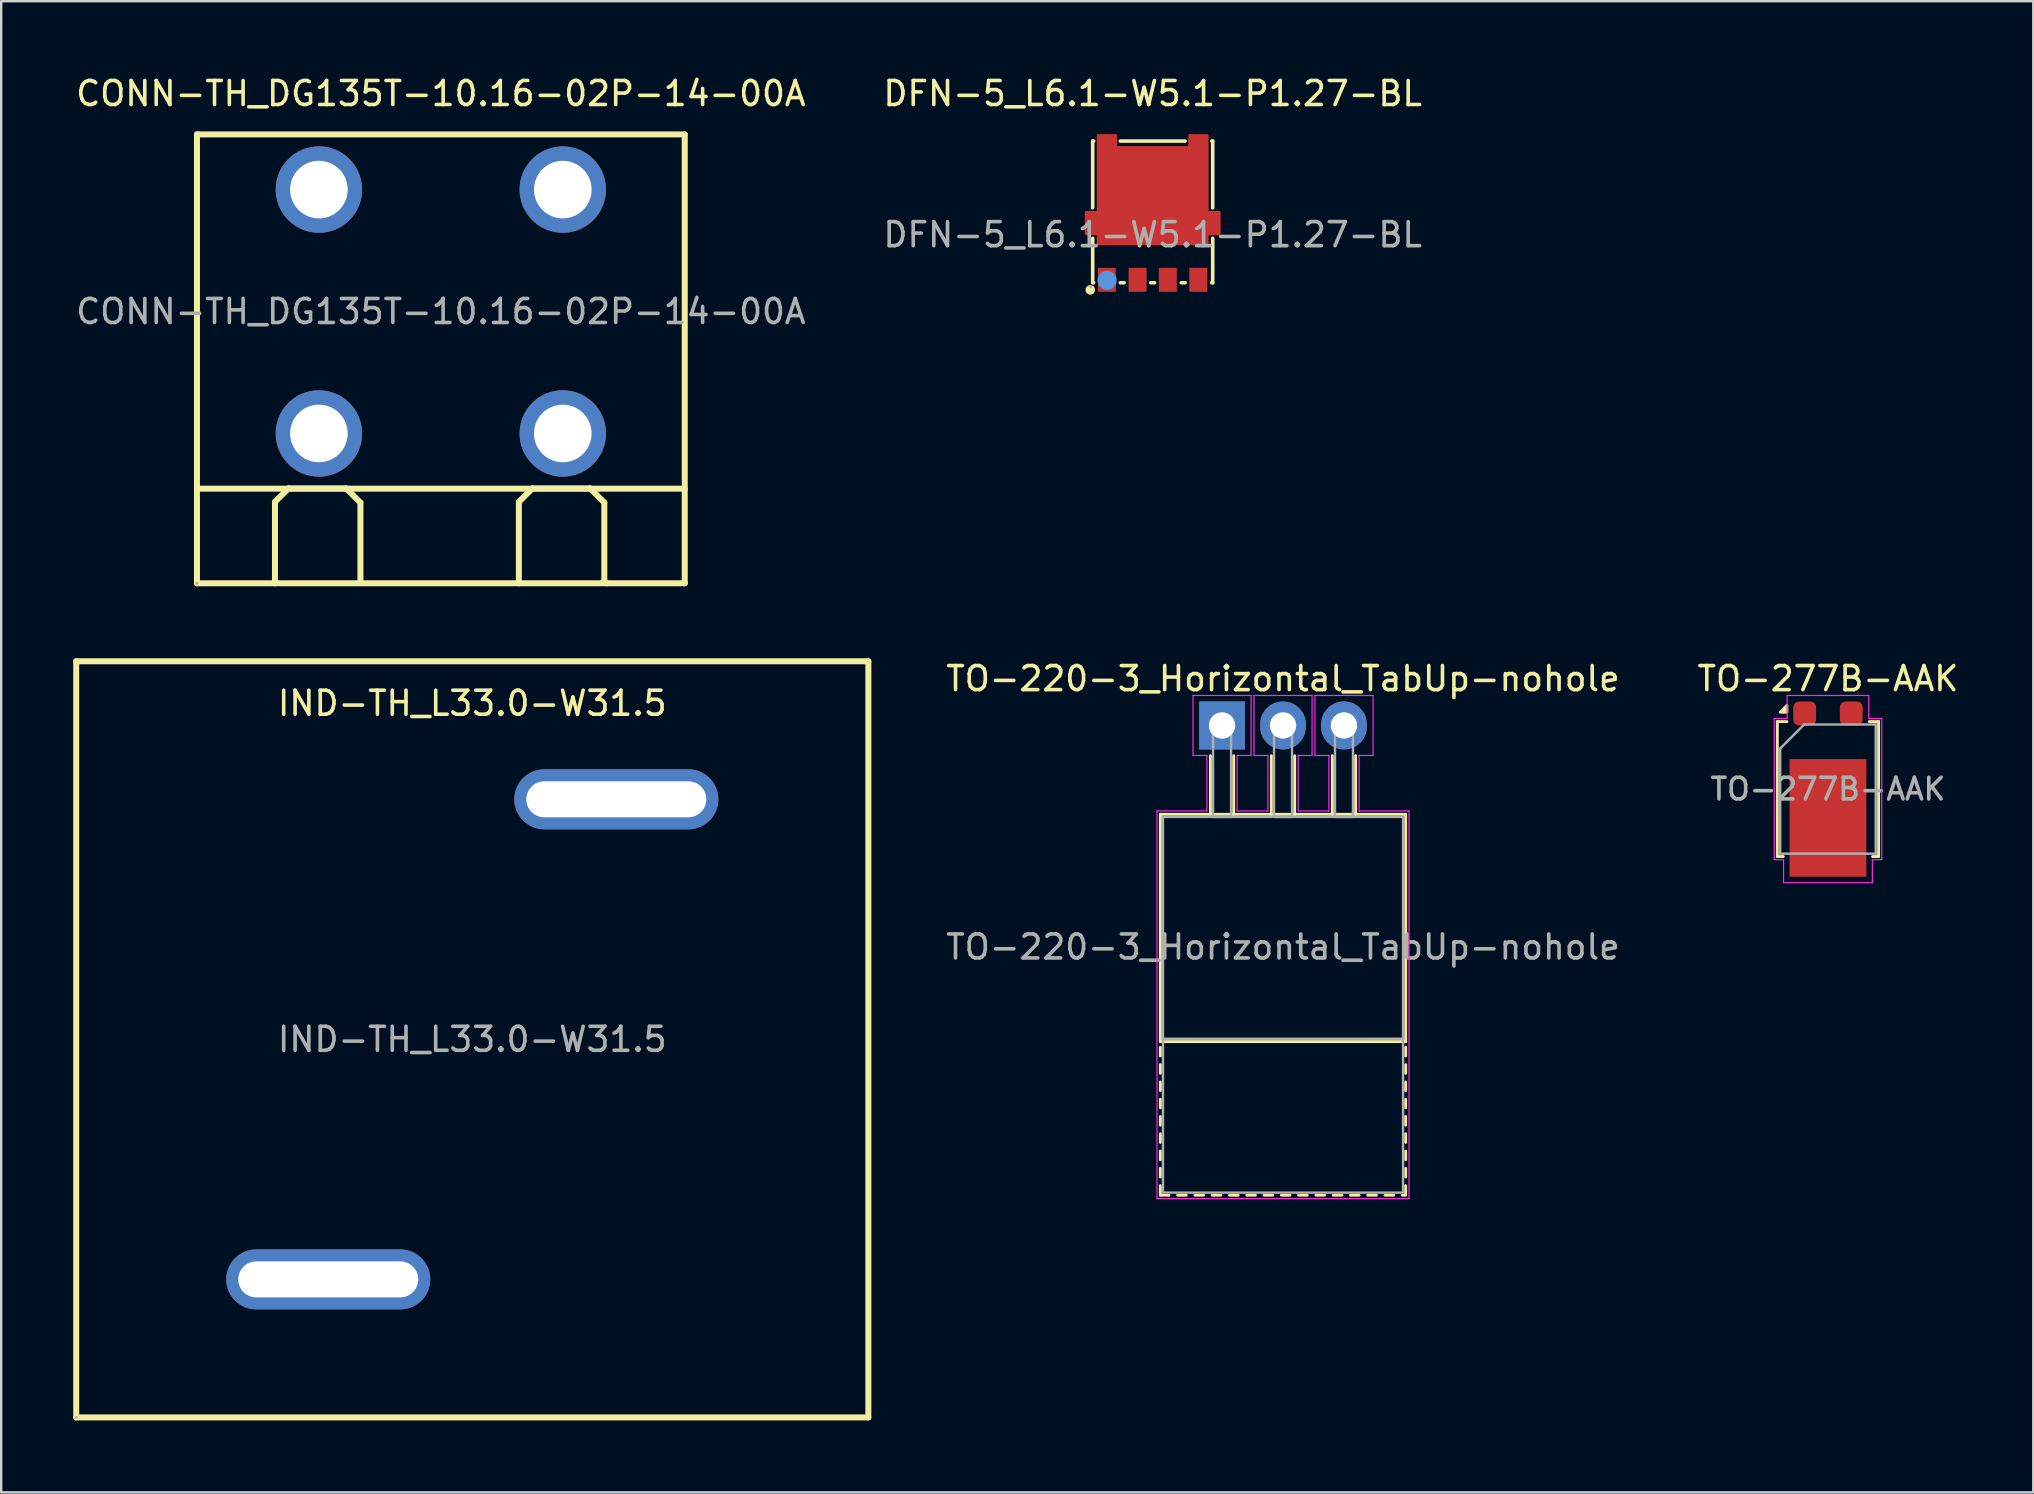
<source format=kicad_pcb>
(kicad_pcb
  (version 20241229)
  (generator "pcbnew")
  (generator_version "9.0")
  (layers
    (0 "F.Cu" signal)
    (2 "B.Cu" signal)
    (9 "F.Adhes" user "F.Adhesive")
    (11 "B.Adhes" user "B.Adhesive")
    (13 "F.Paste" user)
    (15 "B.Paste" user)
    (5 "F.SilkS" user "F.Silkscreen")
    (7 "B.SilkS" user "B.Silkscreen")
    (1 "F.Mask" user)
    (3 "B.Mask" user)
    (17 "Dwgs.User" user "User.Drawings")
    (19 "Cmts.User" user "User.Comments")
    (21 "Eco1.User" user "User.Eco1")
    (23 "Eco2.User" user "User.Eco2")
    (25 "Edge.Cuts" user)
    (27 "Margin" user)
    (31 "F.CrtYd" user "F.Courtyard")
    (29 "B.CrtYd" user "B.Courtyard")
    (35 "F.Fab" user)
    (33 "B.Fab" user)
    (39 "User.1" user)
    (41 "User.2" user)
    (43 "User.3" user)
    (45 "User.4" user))
  (footprint "IND-TH_L33.0-W31.5"
    (layer "F.Cu")
    (at 16.625 40.248)
    (property "Reference" "IND-TH_L33.0-W31.5" (at 0 -14 0) (layer "F.SilkS") (effects (font (size 1 1) (thickness 0.15))))
    (attr through_hole)
    (fp_line (start -16.5 -15.75) (end 16.5 -15.75) (stroke (width 0.25) (type solid)) (layer "F.SilkS"))
    (fp_line (start -16.5 15.75) (end -16.5 -15.75) (stroke (width 0.25) (type solid)) (layer "F.SilkS"))
    (fp_line (start 16.5 -15.75) (end 16.5 15.75) (stroke (width 0.25) (type solid)) (layer "F.SilkS"))
    (fp_line (start 16.5 15.75) (end -16.5 15.75) (stroke (width 0.25) (type solid)) (layer "F.SilkS"))
    (fp_circle (center -16.5 15.75) (end -16.47 15.75) (stroke (width 0.06) (type solid)) (fill no) (layer "F.Fab"))
    (fp_text user "${REFERENCE}" (at 0 0 0) (layer "F.Fab") (effects (font (size 1 1) (thickness 0.15))))
    (pad "1" thru_hole oval (at -6 10) (size 8.5 2.5) (drill oval 7.5 1.5) (layers "*.Cu" "*.Mask"))
    (pad "2" thru_hole oval (at 6 -10) (size 8.5 2.5) (drill oval 7.5 1.5) (layers "*.Cu" "*.Mask")))
  (footprint "TO-220-3_Horizontal_TabUp-nohole"
    (layer "F.Cu")
    (at 47.859 27.172)
    (property "Reference" "TO-220-3_Horizontal_TabUp-nohole" (at 2.54 -1.95 0) (layer "F.SilkS") (effects (font (size 1 1) (thickness 0.15))))
    (attr through_hole)
    (fp_line (start -2.57 3.7) (end -2.57 13.17) (stroke (width 0.12) (type solid)) (layer "F.SilkS"))
    (fp_line (start -2.57 3.7) (end 7.65 3.7) (stroke (width 0.12) (type solid)) (layer "F.SilkS"))
    (fp_line (start -2.57 13.17) (end 7.65 13.17) (stroke (width 0.12) (type solid)) (layer "F.SilkS"))
    (fp_line (start -2.57 13.41) (end -2.57 13.77) (stroke (width 0.12) (type solid)) (layer "F.SilkS"))
    (fp_line (start -2.57 14.13) (end -2.57 14.49) (stroke (width 0.12) (type solid)) (layer "F.SilkS"))
    (fp_line (start -2.57 14.85) (end -2.57 15.21) (stroke (width 0.12) (type solid)) (layer "F.SilkS"))
    (fp_line (start -2.57 15.57) (end -2.57 15.93) (stroke (width 0.12) (type solid)) (layer "F.SilkS"))
    (fp_line (start -2.57 16.29) (end -2.57 16.65) (stroke (width 0.12) (type solid)) (layer "F.SilkS"))
    (fp_line (start -2.57 17.01) (end -2.57 17.37) (stroke (width 0.12) (type solid)) (layer "F.SilkS"))
    (fp_line (start -2.57 17.73) (end -2.57 18.09) (stroke (width 0.12) (type solid)) (layer "F.SilkS"))
    (fp_line (start -2.57 18.45) (end -2.57 18.81) (stroke (width 0.12) (type solid)) (layer "F.SilkS"))
    (fp_line (start -2.57 19.17) (end -2.57 19.53) (stroke (width 0.12) (type solid)) (layer "F.SilkS"))
    (fp_line (start -2.57 19.57) (end -2.21 19.57) (stroke (width 0.12) (type solid)) (layer "F.SilkS"))
    (fp_line (start -1.85 19.57) (end -1.49 19.57) (stroke (width 0.12) (type solid)) (layer "F.SilkS"))
    (fp_line (start -1.13 19.57) (end -0.77 19.57) (stroke (width 0.12) (type solid)) (layer "F.SilkS"))
    (fp_line (start -0.485 3.7) (end -0.485 1.26) (stroke (width 0.12) (type solid)) (layer "F.SilkS"))
    (fp_line (start -0.41 19.57) (end -0.05 19.57) (stroke (width 0.12) (type solid)) (layer "F.SilkS"))
    (fp_line (start 0.31 19.57) (end 0.67 19.57) (stroke (width 0.12) (type solid)) (layer "F.SilkS"))
    (fp_line (start 0.485 3.7) (end 0.485 1.26) (stroke (width 0.12) (type solid)) (layer "F.SilkS"))
    (fp_line (start 1.03 19.57) (end 1.39 19.57) (stroke (width 0.12) (type solid)) (layer "F.SilkS"))
    (fp_line (start 1.75 19.57) (end 2.11 19.57) (stroke (width 0.12) (type solid)) (layer "F.SilkS"))
    (fp_line (start 2.055 3.7) (end 2.055 1.26) (stroke (width 0.12) (type solid)) (layer "F.SilkS"))
    (fp_line (start 2.47 19.57) (end 2.83 19.57) (stroke (width 0.12) (type solid)) (layer "F.SilkS"))
    (fp_line (start 3.025 3.7) (end 3.025 1.26) (stroke (width 0.12) (type solid)) (layer "F.SilkS"))
    (fp_line (start 3.19 19.57) (end 3.55 19.57) (stroke (width 0.12) (type solid)) (layer "F.SilkS"))
    (fp_line (start 3.91 19.57) (end 4.27 19.57) (stroke (width 0.12) (type solid)) (layer "F.SilkS"))
    (fp_line (start 4.595 3.7) (end 4.595 1.26) (stroke (width 0.12) (type solid)) (layer "F.SilkS"))
    (fp_line (start 4.63 19.57) (end 4.99 19.57) (stroke (width 0.12) (type solid)) (layer "F.SilkS"))
    (fp_line (start 5.35 19.57) (end 5.71 19.57) (stroke (width 0.12) (type solid)) (layer "F.SilkS"))
    (fp_line (start 5.565 3.7) (end 5.565 1.26) (stroke (width 0.12) (type solid)) (layer "F.SilkS"))
    (fp_line (start 6.07 19.57) (end 6.43 19.57) (stroke (width 0.12) (type solid)) (layer "F.SilkS"))
    (fp_line (start 6.79 19.57) (end 7.15 19.57) (stroke (width 0.12) (type solid)) (layer "F.SilkS"))
    (fp_line (start 7.51 19.57) (end 7.65 19.57) (stroke (width 0.12) (type solid)) (layer "F.SilkS"))
    (fp_line (start 7.65 3.7) (end 7.65 13.17) (stroke (width 0.12) (type solid)) (layer "F.SilkS"))
    (fp_line (start 7.65 13.41) (end 7.65 13.77) (stroke (width 0.12) (type solid)) (layer "F.SilkS"))
    (fp_line (start 7.65 14.13) (end 7.65 14.49) (stroke (width 0.12) (type solid)) (layer "F.SilkS"))
    (fp_line (start 7.65 14.85) (end 7.65 15.21) (stroke (width 0.12) (type solid)) (layer "F.SilkS"))
    (fp_line (start 7.65 15.57) (end 7.65 15.93) (stroke (width 0.12) (type solid)) (layer "F.SilkS"))
    (fp_line (start 7.65 16.29) (end 7.65 16.65) (stroke (width 0.12) (type solid)) (layer "F.SilkS"))
    (fp_line (start 7.65 17.01) (end 7.65 17.37) (stroke (width 0.12) (type solid)) (layer "F.SilkS"))
    (fp_line (start 7.65 17.73) (end 7.65 18.09) (stroke (width 0.12) (type solid)) (layer "F.SilkS"))
    (fp_line (start 7.65 18.45) (end 7.65 18.81) (stroke (width 0.12) (type solid)) (layer "F.SilkS"))
    (fp_line (start 7.65 19.17) (end 7.65 19.53) (stroke (width 0.12) (type solid)) (layer "F.SilkS"))
    (fp_circle (center 2.54 16.66) (end 4.39 16.66) (stroke (width 0.1) (type solid)) (fill no) (layer "Eco1.User"))
    (fp_line (start -2.71 3.56) (end -0.63 3.56) (stroke (width 0.05) (type solid)) (layer "F.CrtYd"))
    (fp_line (start -2.71 19.71) (end -2.71 3.56) (stroke (width 0.05) (type solid)) (layer "F.CrtYd"))
    (fp_line (start -1.21 -1.25) (end 1.21 -1.25) (stroke (width 0.05) (type solid)) (layer "F.CrtYd"))
    (fp_line (start -1.21 1.25) (end -1.21 -1.25) (stroke (width 0.05) (type solid)) (layer "F.CrtYd"))
    (fp_line (start -0.63 1.25) (end -1.21 1.25) (stroke (width 0.05) (type solid)) (layer "F.CrtYd"))
    (fp_line (start -0.63 3.56) (end -0.63 1.25) (stroke (width 0.05) (type solid)) (layer "F.CrtYd"))
    (fp_line (start 0.63 1.25) (end 0.63 3.56) (stroke (width 0.05) (type solid)) (layer "F.CrtYd"))
    (fp_line (start 0.63 3.56) (end 1.91 3.56) (stroke (width 0.05) (type solid)) (layer "F.CrtYd"))
    (fp_line (start 1.21 -1.25) (end 1.21 1.25) (stroke (width 0.05) (type solid)) (layer "F.CrtYd"))
    (fp_line (start 1.21 1.25) (end 0.63 1.25) (stroke (width 0.05) (type solid)) (layer "F.CrtYd"))
    (fp_line (start 1.33 -1.25) (end 3.75 -1.25) (stroke (width 0.05) (type solid)) (layer "F.CrtYd"))
    (fp_line (start 1.33 1.25) (end 1.33 -1.25) (stroke (width 0.05) (type solid)) (layer "F.CrtYd"))
    (fp_line (start 1.91 1.25) (end 1.33 1.25) (stroke (width 0.05) (type solid)) (layer "F.CrtYd"))
    (fp_line (start 1.91 3.56) (end 1.91 1.25) (stroke (width 0.05) (type solid)) (layer "F.CrtYd"))
    (fp_line (start 3.17 1.25) (end 3.17 3.56) (stroke (width 0.05) (type solid)) (layer "F.CrtYd"))
    (fp_line (start 3.17 3.56) (end 4.45 3.56) (stroke (width 0.05) (type solid)) (layer "F.CrtYd"))
    (fp_line (start 3.75 -1.25) (end 3.75 1.25) (stroke (width 0.05) (type solid)) (layer "F.CrtYd"))
    (fp_line (start 3.75 1.25) (end 3.17 1.25) (stroke (width 0.05) (type solid)) (layer "F.CrtYd"))
    (fp_line (start 3.87 -1.25) (end 6.29 -1.25) (stroke (width 0.05) (type solid)) (layer "F.CrtYd"))
    (fp_line (start 3.87 1.25) (end 3.87 -1.25) (stroke (width 0.05) (type solid)) (layer "F.CrtYd"))
    (fp_line (start 4.45 1.25) (end 3.87 1.25) (stroke (width 0.05) (type solid)) (layer "F.CrtYd"))
    (fp_line (start 4.45 3.56) (end 4.45 1.25) (stroke (width 0.05) (type solid)) (layer "F.CrtYd"))
    (fp_line (start 5.71 1.25) (end 5.71 3.56) (stroke (width 0.05) (type solid)) (layer "F.CrtYd"))
    (fp_line (start 5.71 3.56) (end 7.79 3.56) (stroke (width 0.05) (type solid)) (layer "F.CrtYd"))
    (fp_line (start 6.29 -1.25) (end 6.29 1.25) (stroke (width 0.05) (type solid)) (layer "F.CrtYd"))
    (fp_line (start 6.29 1.25) (end 5.71 1.25) (stroke (width 0.05) (type solid)) (layer "F.CrtYd"))
    (fp_line (start 7.79 3.56) (end 7.79 19.71) (stroke (width 0.05) (type solid)) (layer "F.CrtYd"))
    (fp_line (start 7.79 19.71) (end -2.71 19.71) (stroke (width 0.05) (type solid)) (layer "F.CrtYd"))
    (fp_rect (start -2.46 3.81) (end 7.54 13.06) (stroke (width 0.1) (type solid)) (fill no) (layer "F.Fab"))
    (fp_rect (start -2.46 13.06) (end 7.54 19.46) (stroke (width 0.1) (type solid)) (fill no) (layer "F.Fab"))
    (fp_rect (start -0.375 0) (end 0.375 3.81) (stroke (width 0.1) (type solid)) (fill no) (layer "F.Fab"))
    (fp_rect (start 2.165 0) (end 2.915 3.81) (stroke (width 0.1) (type solid)) (fill no) (layer "F.Fab"))
    (fp_rect (start 4.705 0) (end 5.455 3.81) (stroke (width 0.1) (type solid)) (fill no) (layer "F.Fab"))
    (fp_text user "${REFERENCE}" (at 2.54 9.23 0) (layer "F.Fab") (effects (font (size 1 1) (thickness 0.15))))
    (pad "1" thru_hole rect (at 0 0) (size 1.905 2) (drill 1.1) (layers "*.Cu" "*.Mask"))
    (pad "2" thru_hole oval (at 2.54 0) (size 1.905 2) (drill 1.1) (layers "*.Cu" "*.Mask"))
    (pad "3" thru_hole oval (at 5.08 0) (size 1.905 2) (drill 1.1) (layers "*.Cu" "*.Mask")))
  (footprint "DFN-5_L6.1-W5.1-P1.27-BL"
    (layer "F.Cu")
    (at 44.97 6.728)
    (property "Reference" "DFN-5_L6.1-W5.1-P1.27-BL" (at 0 -5.88 0) (layer "F.SilkS") (effects (font (size 1 1) (thickness 0.15))))
    (attr smd)
    (fp_line (start -2.5 -3.9) (end -2.46 -3.9) (stroke (width 0.15) (type solid)) (layer "F.SilkS"))
    (fp_line (start -2.5 -1.12) (end -2.5 -3.9) (stroke (width 0.15) (type solid)) (layer "F.SilkS"))
    (fp_line (start -2.5 2) (end -2.5 0.15) (stroke (width 0.15) (type solid)) (layer "F.SilkS"))
    (fp_line (start -2.46 2) (end -2.5 2) (stroke (width 0.15) (type solid)) (layer "F.SilkS"))
    (fp_line (start -1.35 -3.9) (end 1.35 -3.9) (stroke (width 0.15) (type solid)) (layer "F.SilkS"))
    (fp_line (start -1.19 2) (end -1.35 2) (stroke (width 0.15) (type solid)) (layer "F.SilkS"))
    (fp_line (start 0.08 2) (end -0.08 2) (stroke (width 0.15) (type solid)) (layer "F.SilkS"))
    (fp_line (start 1.35 2) (end 1.19 2) (stroke (width 0.15) (type solid)) (layer "F.SilkS"))
    (fp_line (start 2.46 -3.9) (end 2.5 -3.9) (stroke (width 0.15) (type solid)) (layer "F.SilkS"))
    (fp_line (start 2.5 -3.9) (end 2.5 -1.12) (stroke (width 0.15) (type solid)) (layer "F.SilkS"))
    (fp_line (start 2.5 0.15) (end 2.5 2) (stroke (width 0.15) (type solid)) (layer "F.SilkS"))
    (fp_line (start 2.5 2) (end 2.46 2) (stroke (width 0.15) (type solid)) (layer "F.SilkS"))
    (fp_circle (center -2.6 2.3) (end -2.5 2.3) (stroke (width 0.2) (type solid)) (fill no) (layer "F.SilkS"))
    (fp_circle (center -1.9 1.9) (end -1.7 1.9) (stroke (width 0.4) (type solid)) (fill no) (layer "Cmts.User"))
    (fp_circle (center -2.58 2.17) (end -2.55 2.17) (stroke (width 0.06) (type solid)) (fill no) (layer "F.Fab"))
    (fp_text user "${REFERENCE}" (at 0 0 0) (layer "F.Fab") (effects (font (size 1 1) (thickness 0.15))))
    (pad "1" smd rect (at -1.91 1.88) (size 0.75 1) (layers "F.Cu" "F.Mask" "F.Paste"))
    (pad "2" smd rect (at -0.63 1.88) (size 0.75 1) (layers "F.Cu" "F.Mask" "F.Paste"))
    (pad "3" smd rect (at 0.63 1.88) (size 0.75 1) (layers "F.Cu" "F.Mask" "F.Paste"))
    (pad "4" smd rect (at 1.9 1.88) (size 0.75 1) (layers "F.Cu" "F.Mask" "F.Paste"))
    (pad "5" smd custom (at 0 -1.88) (size 0.01 0.01) (layers "F.Cu" "F.Mask" "F.Paste") (options (anchor circle)) (primitives (gr_poly (pts (xy -2.28 2.27) (xy -2.28 1.85) (xy -2.78 1.85) (xy -2.78 0.94) (xy -2.28 0.94) (xy -2.28 -2.26) (xy -1.53 -2.26) (xy -1.53 -1.76) (xy 1.53 -1.76) (xy 1.53 -2.26) (xy 2.28 -2.26) (xy 2.28 0.94) (xy 2.78 0.94) (xy 2.78 1.85) (xy 2.28 1.85) (xy 2.28 2.27)) (width 0.1) (fill yes)))))
  (footprint "TO-277B-AAK"
    (layer "F.Cu")
    (at 73.101 29.822)
    (property "Reference" "TO-277B-AAK" (at 0 -4.6 180) (layer "F.SilkS") (effects (font (size 1 1) (thickness 0.15))))
    (attr smd)
    (fp_line (start -2.11 -2.81) (end -2.11 2.81) (stroke (width 0.12) (type solid)) (layer "F.SilkS"))
    (fp_line (start -1.86 2.81) (end -2.11 2.81) (stroke (width 0.12) (type solid)) (layer "F.SilkS"))
    (fp_line (start -1.71 -2.81) (end -2.11 -2.81) (stroke (width 0.12) (type solid)) (layer "F.SilkS"))
    (fp_line (start 2.11 -2.81) (end 1.72 -2.81) (stroke (width 0.12) (type solid)) (layer "F.SilkS"))
    (fp_line (start 2.11 2.81) (end 1.86 2.81) (stroke (width 0.12) (type solid)) (layer "F.SilkS"))
    (fp_line (start 2.11 2.81) (end 2.11 -2.81) (stroke (width 0.12) (type solid)) (layer "F.SilkS"))
    (fp_poly (pts (xy -1.71 -3.205) (xy -1.99 -3.205) (xy -1.71 -3.485) (xy -1.71 -3.205)) (stroke (width 0.12) (type solid)) (fill yes) (layer "F.SilkS"))
    (fp_line (start -2.24 -2.94) (end -2.24 2.94) (stroke (width 0.05) (type solid)) (layer "F.CrtYd"))
    (fp_line (start -2.24 -2.94) (end -1.7 -2.94) (stroke (width 0.05) (type solid)) (layer "F.CrtYd"))
    (fp_line (start -2.24 2.94) (end -1.85 2.94) (stroke (width 0.05) (type solid)) (layer "F.CrtYd"))
    (fp_line (start -1.85 3.9) (end -1.85 2.94) (stroke (width 0.05) (type solid)) (layer "F.CrtYd"))
    (fp_line (start -1.7 -3.9) (end 1.7 -3.9) (stroke (width 0.05) (type solid)) (layer "F.CrtYd"))
    (fp_line (start -1.7 -2.94) (end -1.7 -3.9) (stroke (width 0.05) (type solid)) (layer "F.CrtYd"))
    (fp_line (start 1.7 -2.94) (end 1.7 -3.9) (stroke (width 0.05) (type solid)) (layer "F.CrtYd"))
    (fp_line (start 1.7 -2.94) (end 2.24 -2.94) (stroke (width 0.05) (type solid)) (layer "F.CrtYd"))
    (fp_line (start 1.85 2.94) (end 2.24 2.94) (stroke (width 0.05) (type solid)) (layer "F.CrtYd"))
    (fp_line (start 1.85 3.9) (end -1.85 3.9) (stroke (width 0.05) (type solid)) (layer "F.CrtYd"))
    (fp_line (start 1.85 3.9) (end 1.85 2.94) (stroke (width 0.05) (type solid)) (layer "F.CrtYd"))
    (fp_line (start 2.24 2.94) (end 2.24 -2.94) (stroke (width 0.05) (type solid)) (layer "F.CrtYd"))
    (fp_line (start -1.99 -1.69) (end -1.99 2.69) (stroke (width 0.1) (type solid)) (layer "F.Fab"))
    (fp_line (start -1.99 -1.69) (end -0.99 -2.69) (stroke (width 0.1) (type solid)) (layer "F.Fab"))
    (fp_line (start -1.99 2.69) (end 1.99 2.69) (stroke (width 0.1) (type solid)) (layer "F.Fab"))
    (fp_line (start 1.99 -2.69) (end -1 -2.69) (stroke (width 0.1) (type solid)) (layer "F.Fab"))
    (fp_line (start 1.99 2.69) (end 1.99 -2.69) (stroke (width 0.1) (type solid)) (layer "F.Fab"))
    (fp_text user "${REFERENCE}" (at 0 0 0) (layer "F.Fab") (effects (font (size 0.9 0.9) (thickness 0.15))))
    (pad "" smd roundrect (at -0.9 -0.6) (size 1.3 1.2) (layers "F.Paste") (roundrect_rratio 0.25))
    (pad "" smd roundrect (at -0.9 1.2) (size 1.3 1.2) (layers "F.Paste") (roundrect_rratio 0.25))
    (pad "" smd roundrect (at -0.9 3) (size 1.3 1.2) (layers "F.Paste") (roundrect_rratio 0.25))
    (pad "" smd roundrect (at 0.9 -0.6) (size 1.3 1.2) (layers "F.Paste") (roundrect_rratio 0.25))
    (pad "" smd roundrect (at 0.9 1.2) (size 1.3 1.2) (layers "F.Paste") (roundrect_rratio 0.25))
    (pad "" smd roundrect (at 0.9 3) (size 1.3 1.2) (layers "F.Paste") (roundrect_rratio 0.25))
    (pad "1" smd roundrect (at -0.97 -3.15) (size 0.95 1) (layers "F.Cu" "F.Mask" "F.Paste") (roundrect_rratio 0.25))
    (pad "2" smd roundrect (at 0.97 -3.15) (size 0.95 1) (layers "F.Cu" "F.Mask" "F.Paste") (roundrect_rratio 0.25))
    (pad "3" smd rect (at 0 1.2) (size 3.2 4.9) (layers "F.Cu" "F.Mask")))
  (footprint "CONN-TH_DG135T-10.16-02P-14-00A"
    (layer "F.Cu")
    (at 15.315 9.928)
    (property "Reference" "CONN-TH_DG135T-10.16-02P-14-00A" (at 0 -9.08 0) (layer "F.SilkS") (effects (font (size 1 1) (thickness 0.15))))
    (attr through_hole)
    (fp_line (start -10.16 -7.38) (end -10.16 11.32) (stroke (width 0.25) (type solid)) (layer "F.SilkS"))
    (fp_line (start -10.16 -7.38) (end 10.16 -7.38) (stroke (width 0.25) (type solid)) (layer "F.SilkS"))
    (fp_line (start -10.16 11.32) (end 10.16 11.32) (stroke (width 0.25) (type solid)) (layer "F.SilkS"))
    (fp_line (start -6.91 7.93) (end -6.35 7.37) (stroke (width 0.25) (type solid)) (layer "F.SilkS"))
    (fp_line (start -6.91 11.32) (end -6.91 7.93) (stroke (width 0.25) (type solid)) (layer "F.SilkS"))
    (fp_line (start -6.35 7.37) (end -3.94 7.37) (stroke (width 0.25) (type solid)) (layer "F.SilkS"))
    (fp_line (start -3.94 7.37) (end -3.35 7.96) (stroke (width 0.25) (type solid)) (layer "F.SilkS"))
    (fp_line (start -3.35 7.96) (end -3.35 11.22) (stroke (width 0.25) (type solid)) (layer "F.SilkS"))
    (fp_line (start 3.25 7.93) (end 3.81 7.37) (stroke (width 0.25) (type solid)) (layer "F.SilkS"))
    (fp_line (start 3.25 11.32) (end 3.25 7.93) (stroke (width 0.25) (type solid)) (layer "F.SilkS"))
    (fp_line (start 3.81 7.37) (end 6.22 7.37) (stroke (width 0.25) (type solid)) (layer "F.SilkS"))
    (fp_line (start 6.22 7.37) (end 6.81 7.96) (stroke (width 0.25) (type solid)) (layer "F.SilkS"))
    (fp_line (start 6.81 7.96) (end 6.81 11.22) (stroke (width 0.25) (type solid)) (layer "F.SilkS"))
    (fp_line (start 6.81 11.22) (end 6.91 11.32) (stroke (width 0.25) (type solid)) (layer "F.SilkS"))
    (fp_line (start 10.16 -7.38) (end 10.16 11.32) (stroke (width 0.25) (type solid)) (layer "F.SilkS"))
    (fp_line (start 10.16 7.38) (end -10.16 7.38) (stroke (width 0.25) (type solid)) (layer "F.SilkS"))
    (fp_circle (center -10.16 11.32) (end -10.13 11.32) (stroke (width 0.06) (type solid)) (fill no) (layer "F.Fab"))
    (fp_text user "${REFERENCE}" (at 0 0 0) (layer "F.Fab") (effects (font (size 1 1) (thickness 0.15))))
    (pad "1" thru_hole circle (at -5.08 -5.08) (size 3.6 3.6) (drill 2.4) (layers "*.Cu" "*.Mask"))
    (pad "1" thru_hole circle (at -5.08 5.08) (size 3.6 3.6) (drill 2.4) (layers "*.Cu" "*.Mask"))
    (pad "2" thru_hole circle (at 5.08 -5.08) (size 3.6 3.6) (drill 2.4) (layers "*.Cu" "*.Mask"))
    (pad "2" thru_hole circle (at 5.08 5.08) (size 3.6 3.6) (drill 2.4) (layers "*.Cu" "*.Mask")))
  (gr_rect
    (start -3 -3)
    (end 81.655 59.123)
    (stroke (width 0.1) (type default))
    (fill no)
    (layer "Edge.Cuts")))
</source>
